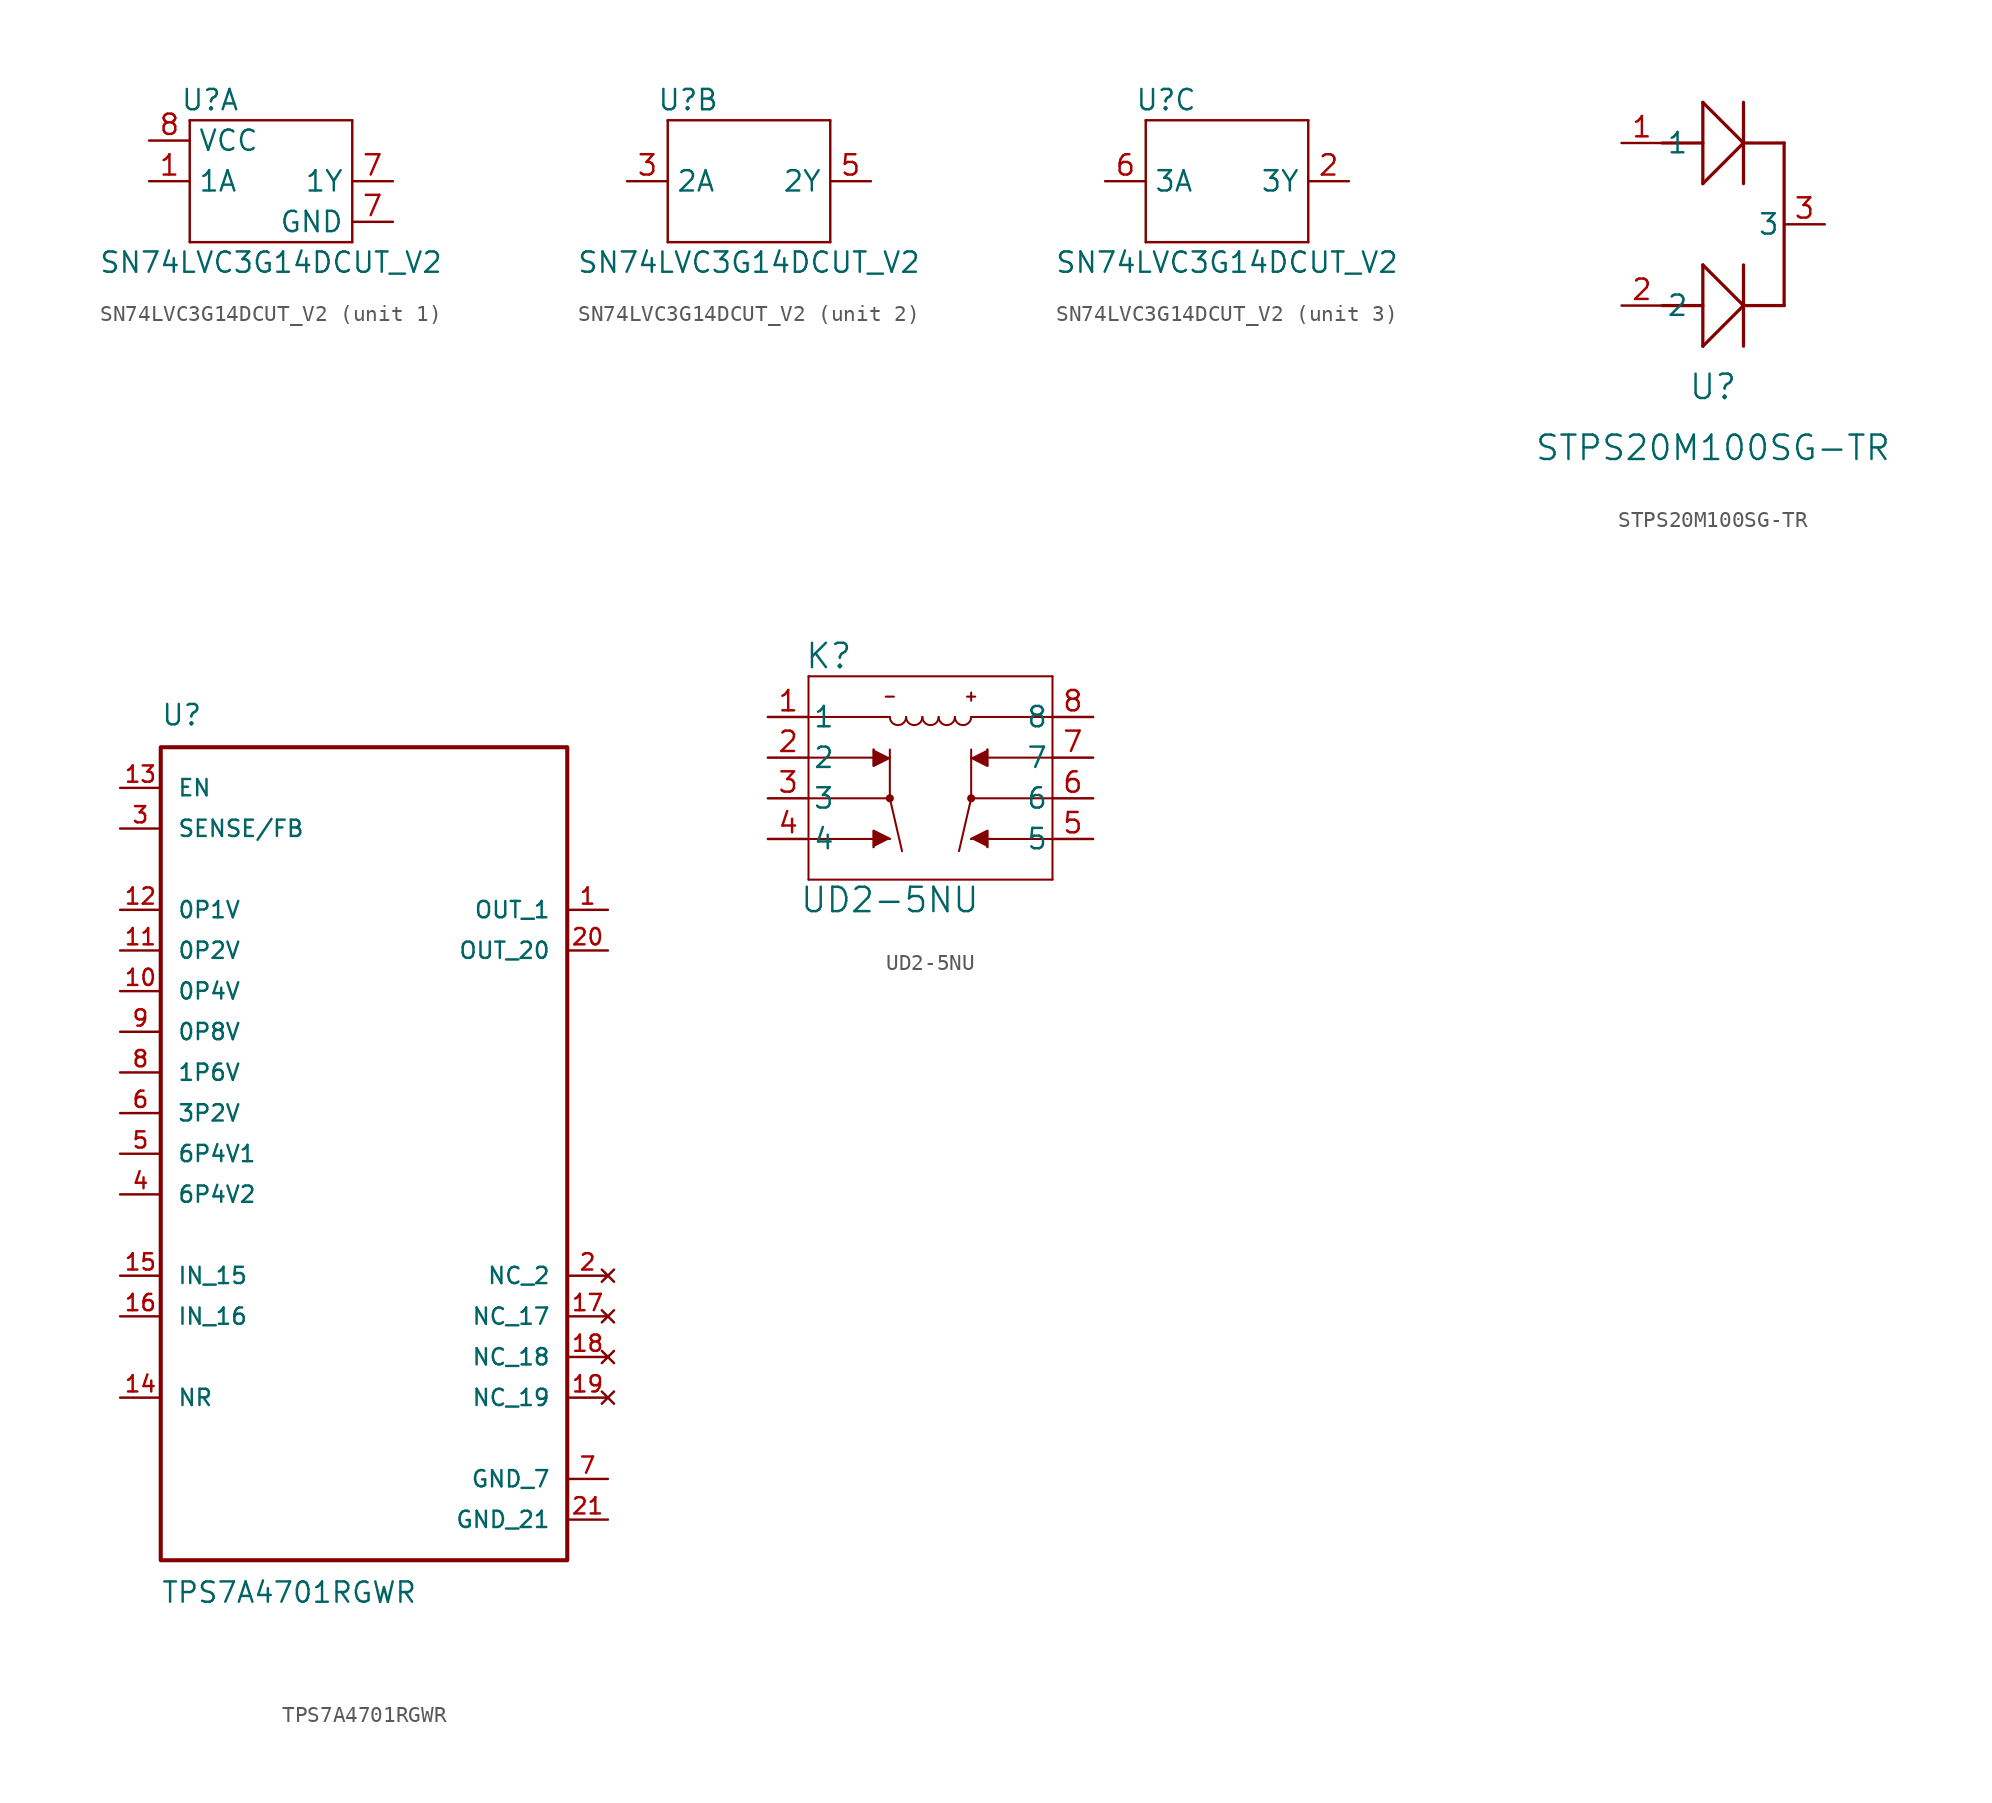
<source format=kicad_sym>
(kicad_symbol_lib
  (version 20211014)
  (generator kicad_symbol_editor)
  (symbol "SN74LVC3G14DCUT_V2"
    (property "Reference" "U"
      (at -3.81 5.08 0)
      (effects (font (size 1.27 1.27))))
    (property "Value" "SN74LVC3G14DCUT_V2"
      (at 0 -5.08 0)
      (effects (font (size 1.27 1.27))))
    (symbol "SN74LVC3G14DCUT_V2_0_1"
      (rectangle (start -5.08 -3.81) (end 5.08 -3.81) (stroke (width 0) (type default) (color 0 0 0 0)) (fill (type none)))
      (rectangle (start -5.08 3.81) (end -5.08 -3.81) (stroke (width 0) (type default) (color 0 0 0 0)) (fill (type none)))
      (rectangle (start -5.08 3.81) (end 5.08 3.81) (stroke (width 0) (type default) (color 0 0 0 0)) (fill (type none)))
      (rectangle (start 5.08 3.81) (end 5.08 -3.81) (stroke (width 0) (type default) (color 0 0 0 0)) (fill (type none))))
    (symbol "SN74LVC3G14DCUT_V2_1_1"
      (pin input line (at -7.62 0 0) (length 2.54) (name "1A" (effects (font (size 1.27 1.27)))) (number "1" (effects (font (size 1.27 1.27)))))
      (pin output line (at 7.62 0 180) (length 2.54) (name "1Y" (effects (font (size 1.27 1.27)))) (number "7" (effects (font (size 1.27 1.27)))))
      (pin power_out line (at 7.62 -2.54 180) (length 2.54) (name "GND" (effects (font (size 1.27 1.27)))) (number "7" (effects (font (size 1.27 1.27)))))
      (pin power_in line (at -7.62 2.54 0) (length 2.54) (name "VCC" (effects (font (size 1.27 1.27)))) (number "8" (effects (font (size 1.27 1.27))))))
    (symbol "SN74LVC3G14DCUT_V2_2_1"
      (pin input line (at -7.62 0 0) (length 2.54) (name "2A" (effects (font (size 1.27 1.27)))) (number "3" (effects (font (size 1.27 1.27)))))
      (pin output line (at 7.62 0 180) (length 2.54) (name "2Y" (effects (font (size 1.27 1.27)))) (number "5" (effects (font (size 1.27 1.27))))))
    (symbol "SN74LVC3G14DCUT_V2_3_1"
      (pin output line (at 7.62 0 180) (length 2.54) (name "3Y" (effects (font (size 1.27 1.27)))) (number "2" (effects (font (size 1.27 1.27)))))
      (pin input line (at -7.62 0 0) (length 2.54) (name "3A" (effects (font (size 1.27 1.27)))) (number "6" (effects (font (size 1.27 1.27)))))))
  (symbol "STPS20M100SG-TR"
    (pin_names
      (offset 0.254))
    (property "Reference" "U"
      (at 5.715 -15.24 0)
      (effects (font (size 1.524 1.524))))
    (property "Value" "STPS20M100SG-TR"
      (at 5.715 -19.05 0)
      (effects (font (size 1.524 1.524))))
    (symbol "STPS20M100SG-TR_0_1"
      (polyline (pts (xy 2.54 -10.16) (xy 5.08 -10.16)) (stroke (width 0.203) (type default) (color 0 0 0 0)) (fill (type none)))
      (polyline (pts (xy 2.54 0) (xy 5.08 0)) (stroke (width 0.203) (type default) (color 0 0 0 0)) (fill (type none)))
      (polyline (pts (xy 5.08 -12.7) (xy 5.08 -7.62)) (stroke (width 0.203) (type default) (color 0 0 0 0)) (fill (type none)))
      (polyline (pts (xy 5.08 -12.7) (xy 7.62 -10.16)) (stroke (width 0.203) (type default) (color 0 0 0 0)) (fill (type none)))
      (polyline (pts (xy 5.08 -7.62) (xy 7.62 -10.16)) (stroke (width 0.203) (type default) (color 0 0 0 0)) (fill (type none)))
      (polyline (pts (xy 5.08 -2.54) (xy 7.62 0)) (stroke (width 0.203) (type default) (color 0 0 0 0)) (fill (type none)))
      (polyline (pts (xy 5.08 2.54) (xy 5.08 -2.54)) (stroke (width 0.203) (type default) (color 0 0 0 0)) (fill (type none)))
      (polyline (pts (xy 5.08 2.54) (xy 7.62 0)) (stroke (width 0.203) (type default) (color 0 0 0 0)) (fill (type none)))
      (polyline (pts (xy 7.62 -12.7) (xy 7.62 -7.62)) (stroke (width 0.203) (type default) (color 0 0 0 0)) (fill (type none)))
      (polyline (pts (xy 7.62 2.54) (xy 7.62 -2.54)) (stroke (width 0.203) (type default) (color 0 0 0 0)) (fill (type none)))
      (polyline (pts (xy 10.16 -10.16) (xy 7.62 -10.16)) (stroke (width 0.203) (type default) (color 0 0 0 0)) (fill (type none)))
      (polyline (pts (xy 10.16 0) (xy 7.62 0)) (stroke (width 0.203) (type default) (color 0 0 0 0)) (fill (type none)))
      (polyline (pts (xy 10.16 0) (xy 10.16 -10.16)) (stroke (width 0.203) (type default) (color 0 0 0 0)) (fill (type none)))
      (pin unspecified line (at 0 0 0) (length 2.54) (name "1" (effects (font (size 1.27 1.27)))) (number "1" (effects (font (size 1.27 1.27)))))
      (pin unspecified line (at 0 -10.16 0) (length 2.54) (name "2" (effects (font (size 1.27 1.27)))) (number "2" (effects (font (size 1.27 1.27)))))
      (pin unspecified line (at 12.7 -5.08 180) (length 2.54) (name "3" (effects (font (size 1.27 1.27)))) (number "3" (effects (font (size 1.27 1.27)))))))
  (symbol "TPS7A4701RGWR"
    (pin_names
      (offset 1.016))
    (property "Reference" "U"
      (at -12.7 26.67 0)
      (effects (font (size 1.27 1.27)) (justify left bottom)))
    (property "Value" "TPS7A4701RGWR"
      (at -12.7 -26.67 0)
      (effects (font (size 1.27 1.27)) (justify left top)))
    (symbol "TPS7A4701RGWR_0_0"
      (rectangle (start -12.7 -25.4) (end 12.7 25.4) (stroke (width 0.254) (type default) (color 0 0 0 0)) (fill (type none)))
      (pin output line (at 15.24 15.24 180) (length 2.54) (name "OUT_1" (effects (font (size 1.016 1.016)))) (number "1" (effects (font (size 1.016 1.016)))))
      (pin input line (at -15.24 10.16 0) (length 2.54) (name "0P4V" (effects (font (size 1.016 1.016)))) (number "10" (effects (font (size 1.016 1.016)))))
      (pin input line (at -15.24 12.7 0) (length 2.54) (name "0P2V" (effects (font (size 1.016 1.016)))) (number "11" (effects (font (size 1.016 1.016)))))
      (pin input line (at -15.24 15.24 0) (length 2.54) (name "0P1V" (effects (font (size 1.016 1.016)))) (number "12" (effects (font (size 1.016 1.016)))))
      (pin input line (at -15.24 22.86 0) (length 2.54) (name "EN" (effects (font (size 1.016 1.016)))) (number "13" (effects (font (size 1.016 1.016)))))
      (pin passive line (at -15.24 -15.24 0) (length 2.54) (name "NR" (effects (font (size 1.016 1.016)))) (number "14" (effects (font (size 1.016 1.016)))))
      (pin input line (at -15.24 -7.62 0) (length 2.54) (name "IN_15" (effects (font (size 1.016 1.016)))) (number "15" (effects (font (size 1.016 1.016)))))
      (pin input line (at -15.24 -10.16 0) (length 2.54) (name "IN_16" (effects (font (size 1.016 1.016)))) (number "16" (effects (font (size 1.016 1.016)))))
      (pin no_connect line (at 15.24 -10.16 180) (length 2.54) (name "NC_17" (effects (font (size 1.016 1.016)))) (number "17" (effects (font (size 1.016 1.016)))))
      (pin no_connect line (at 15.24 -12.7 180) (length 2.54) (name "NC_18" (effects (font (size 1.016 1.016)))) (number "18" (effects (font (size 1.016 1.016)))))
      (pin no_connect line (at 15.24 -15.24 180) (length 2.54) (name "NC_19" (effects (font (size 1.016 1.016)))) (number "19" (effects (font (size 1.016 1.016)))))
      (pin no_connect line (at 15.24 -7.62 180) (length 2.54) (name "NC_2" (effects (font (size 1.016 1.016)))) (number "2" (effects (font (size 1.016 1.016)))))
      (pin output line (at 15.24 12.7 180) (length 2.54) (name "OUT_20" (effects (font (size 1.016 1.016)))) (number "20" (effects (font (size 1.016 1.016)))))
      (pin power_in line (at 15.24 -22.86 180) (length 2.54) (name "GND_21" (effects (font (size 1.016 1.016)))) (number "21" (effects (font (size 1.016 1.016)))))
      (pin input line (at -15.24 20.32 0) (length 2.54) (name "SENSE/FB" (effects (font (size 1.016 1.016)))) (number "3" (effects (font (size 1.016 1.016)))))
      (pin input line (at -15.24 -2.54 0) (length 2.54) (name "6P4V2" (effects (font (size 1.016 1.016)))) (number "4" (effects (font (size 1.016 1.016)))))
      (pin input line (at -15.24 0 0) (length 2.54) (name "6P4V1" (effects (font (size 1.016 1.016)))) (number "5" (effects (font (size 1.016 1.016)))))
      (pin input line (at -15.24 2.54 0) (length 2.54) (name "3P2V" (effects (font (size 1.016 1.016)))) (number "6" (effects (font (size 1.016 1.016)))))
      (pin power_in line (at 15.24 -20.32 180) (length 2.54) (name "GND_7" (effects (font (size 1.016 1.016)))) (number "7" (effects (font (size 1.016 1.016)))))
      (pin input line (at -15.24 5.08 0) (length 2.54) (name "1P6V" (effects (font (size 1.016 1.016)))) (number "8" (effects (font (size 1.016 1.016)))))
      (pin input line (at -15.24 7.62 0) (length 2.54) (name "0P8V" (effects (font (size 1.016 1.016)))) (number "9" (effects (font (size 1.016 1.016)))))))
  (symbol "UD2-5NU"
    (pin_names
      (offset 0.254))
    (property "Reference" "K"
      (at 8.89 3.81 0)
      (effects (font (size 1.524 1.524))))
    (property "Value" "UD2-5NU"
      (at 12.7 -11.43 0)
      (effects (font (size 1.524 1.524))))
    (symbol "UD2-5NU_0_1"
      (polyline (pts (xy 7.62 -10.16) (xy 22.86 -10.16)) (stroke (width 0.127) (type default) (color 0 0 0 0)) (fill (type none)))
      (polyline (pts (xy 7.62 -7.62) (xy 12.192 -7.62)) (stroke (width 0.127) (type default) (color 0 0 0 0)) (fill (type none)))
      (polyline (pts (xy 7.62 -5.08) (xy 12.7 -5.08)) (stroke (width 0.127) (type default) (color 0 0 0 0)) (fill (type none)))
      (polyline (pts (xy 7.62 -2.54) (xy 12.192 -2.54)) (stroke (width 0.127) (type default) (color 0 0 0 0)) (fill (type none)))
      (polyline (pts (xy 7.62 0) (xy 12.7 0)) (stroke (width 0.127) (type default) (color 0 0 0 0)) (fill (type none)))
      (polyline (pts (xy 7.62 2.54) (xy 7.62 -10.16)) (stroke (width 0.127) (type default) (color 0 0 0 0)) (fill (type none)))
      (polyline (pts (xy 12.446 1.27) (xy 12.954 1.27)) (stroke (width 0.127) (type default) (color 0 0 0 0)) (fill (type none)))
      (polyline (pts (xy 12.7 -5.08) (xy 12.7 -2.032)) (stroke (width 0.127) (type default) (color 0 0 0 0)) (fill (type none)))
      (polyline (pts (xy 12.7 -5.08) (xy 13.462 -8.382)) (stroke (width 0.127) (type default) (color 0 0 0 0)) (fill (type none)))
      (polyline (pts (xy 17.526 1.27) (xy 18.034 1.27)) (stroke (width 0.127) (type default) (color 0 0 0 0)) (fill (type none)))
      (polyline (pts (xy 17.78 -5.08) (xy 17.018 -8.382)) (stroke (width 0.127) (type default) (color 0 0 0 0)) (fill (type none)))
      (polyline (pts (xy 17.78 -5.08) (xy 17.78 -2.032)) (stroke (width 0.127) (type default) (color 0 0 0 0)) (fill (type none)))
      (polyline (pts (xy 17.78 0) (xy 22.86 0)) (stroke (width 0.127) (type default) (color 0 0 0 0)) (fill (type none)))
      (polyline (pts (xy 17.78 1.524) (xy 17.78 1.016)) (stroke (width 0.127) (type default) (color 0 0 0 0)) (fill (type none)))
      (polyline (pts (xy 22.86 -10.16) (xy 22.86 2.54)) (stroke (width 0.127) (type default) (color 0 0 0 0)) (fill (type none)))
      (polyline (pts (xy 22.86 -7.62) (xy 18.288 -7.62)) (stroke (width 0.127) (type default) (color 0 0 0 0)) (fill (type none)))
      (polyline (pts (xy 22.86 -5.08) (xy 17.78 -5.08)) (stroke (width 0.127) (type default) (color 0 0 0 0)) (fill (type none)))
      (polyline (pts (xy 22.86 -2.54) (xy 18.288 -2.54)) (stroke (width 0.127) (type default) (color 0 0 0 0)) (fill (type none)))
      (polyline (pts (xy 22.86 2.54) (xy 7.62 2.54)) (stroke (width 0.127) (type default) (color 0 0 0 0)) (fill (type none)))
      (polyline (pts (xy 12.7 -7.62) (xy 11.684 -7.112) (xy 11.684 -8.128)) (stroke (width 0) (type default) (color 0 0 0 0)) (fill (type outline)))
      (polyline (pts (xy 12.7 -2.54) (xy 11.684 -3.048) (xy 11.684 -2.032)) (stroke (width 0) (type default) (color 0 0 0 0)) (fill (type outline)))
      (polyline (pts (xy 17.78 -7.62) (xy 18.796 -7.112) (xy 18.796 -8.128)) (stroke (width 0) (type default) (color 0 0 0 0)) (fill (type outline)))
      (polyline (pts (xy 17.78 -2.54) (xy 18.796 -3.048) (xy 18.796 -2.032)) (stroke (width 0) (type default) (color 0 0 0 0)) (fill (type outline)))
      (circle (center 12.7 -5.08) (radius 0.127) (stroke (width 0.254) (type default) (color 0 0 0 0)) (fill (type none)))
      (arc (start 12.7 0) (mid 13.208 -0.508) (end 13.716 0) (stroke (width 0.127) (type default) (color 0 0 0 0)) (fill (type none)))
      (arc (start 13.716 0) (mid 14.224 -0.508) (end 14.732 0) (stroke (width 0.127) (type default) (color 0 0 0 0)) (fill (type none)))
      (arc (start 14.732 0) (mid 15.24 -0.508) (end 15.748 0) (stroke (width 0.127) (type default) (color 0 0 0 0)) (fill (type none)))
      (arc (start 15.748 0) (mid 16.256 -0.508) (end 16.764 0) (stroke (width 0.127) (type default) (color 0 0 0 0)) (fill (type none)))
      (arc (start 16.764 0) (mid 17.272 -0.508) (end 17.78 0) (stroke (width 0.127) (type default) (color 0 0 0 0)) (fill (type none)))
      (circle (center 17.78 -5.08) (radius 0.127) (stroke (width 0.254) (type default) (color 0 0 0 0)) (fill (type none)))
      (pin unspecified line (at 5.08 0 0) (length 2.54) (name "1" (effects (font (size 1.27 1.27)))) (number "1" (effects (font (size 1.27 1.27)))))
      (pin unspecified line (at 5.08 -2.54 0) (length 2.54) (name "2" (effects (font (size 1.27 1.27)))) (number "2" (effects (font (size 1.27 1.27)))))
      (pin unspecified line (at 5.08 -5.08 0) (length 2.54) (name "3" (effects (font (size 1.27 1.27)))) (number "3" (effects (font (size 1.27 1.27)))))
      (pin unspecified line (at 5.08 -7.62 0) (length 2.54) (name "4" (effects (font (size 1.27 1.27)))) (number "4" (effects (font (size 1.27 1.27)))))
      (pin unspecified line (at 25.4 -7.62 180) (length 2.54) (name "5" (effects (font (size 1.27 1.27)))) (number "5" (effects (font (size 1.27 1.27)))))
      (pin unspecified line (at 25.4 -5.08 180) (length 2.54) (name "6" (effects (font (size 1.27 1.27)))) (number "6" (effects (font (size 1.27 1.27)))))
      (pin unspecified line (at 25.4 -2.54 180) (length 2.54) (name "7" (effects (font (size 1.27 1.27)))) (number "7" (effects (font (size 1.27 1.27)))))
      (pin unspecified line (at 25.4 0 180) (length 2.54) (name "8" (effects (font (size 1.27 1.27)))) (number "8" (effects (font (size 1.27 1.27))))))))
</source>
